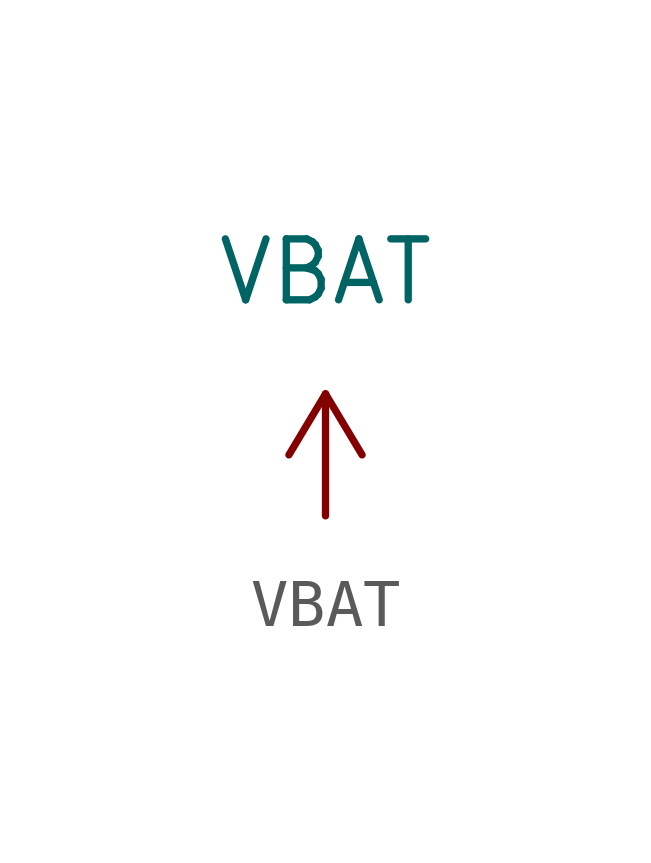
<source format=kicad_sym>
(kicad_symbol_lib
  (version 20220914)
  (generator kicad_symbol_editor)
  (symbol "VBAT"
    (power)
    (pin_names
      (offset 0))
    (property "Reference" "#PWR048"
      (at 0 7.62 0)
      (effects (font (size 1.27 1.27)) hide))
    (property "Value" "VBAT"
      (at 0 5.08 0)
      (effects (font (size 1.27 1.27))))
    (symbol "VBAT_0_1"
      (polyline (pts (xy -0.762 1.27) (xy 0 2.54)) (stroke (width 0) (type default)) (fill (type none)))
      (polyline (pts (xy 0 0) (xy 0 2.54)) (stroke (width 0) (type default)) (fill (type none)))
      (polyline (pts (xy 0 2.54) (xy 0.762 1.27)) (stroke (width 0) (type default)) (fill (type none))))
    (symbol "VBAT_1_1"
      (pin power_in line (at 0 0 180) (length 0) hide (name "VBAT" (effects (font (size 1.27 1.27)))) (number "1" (effects (font (size 1.27 1.27))))))))
</source>
